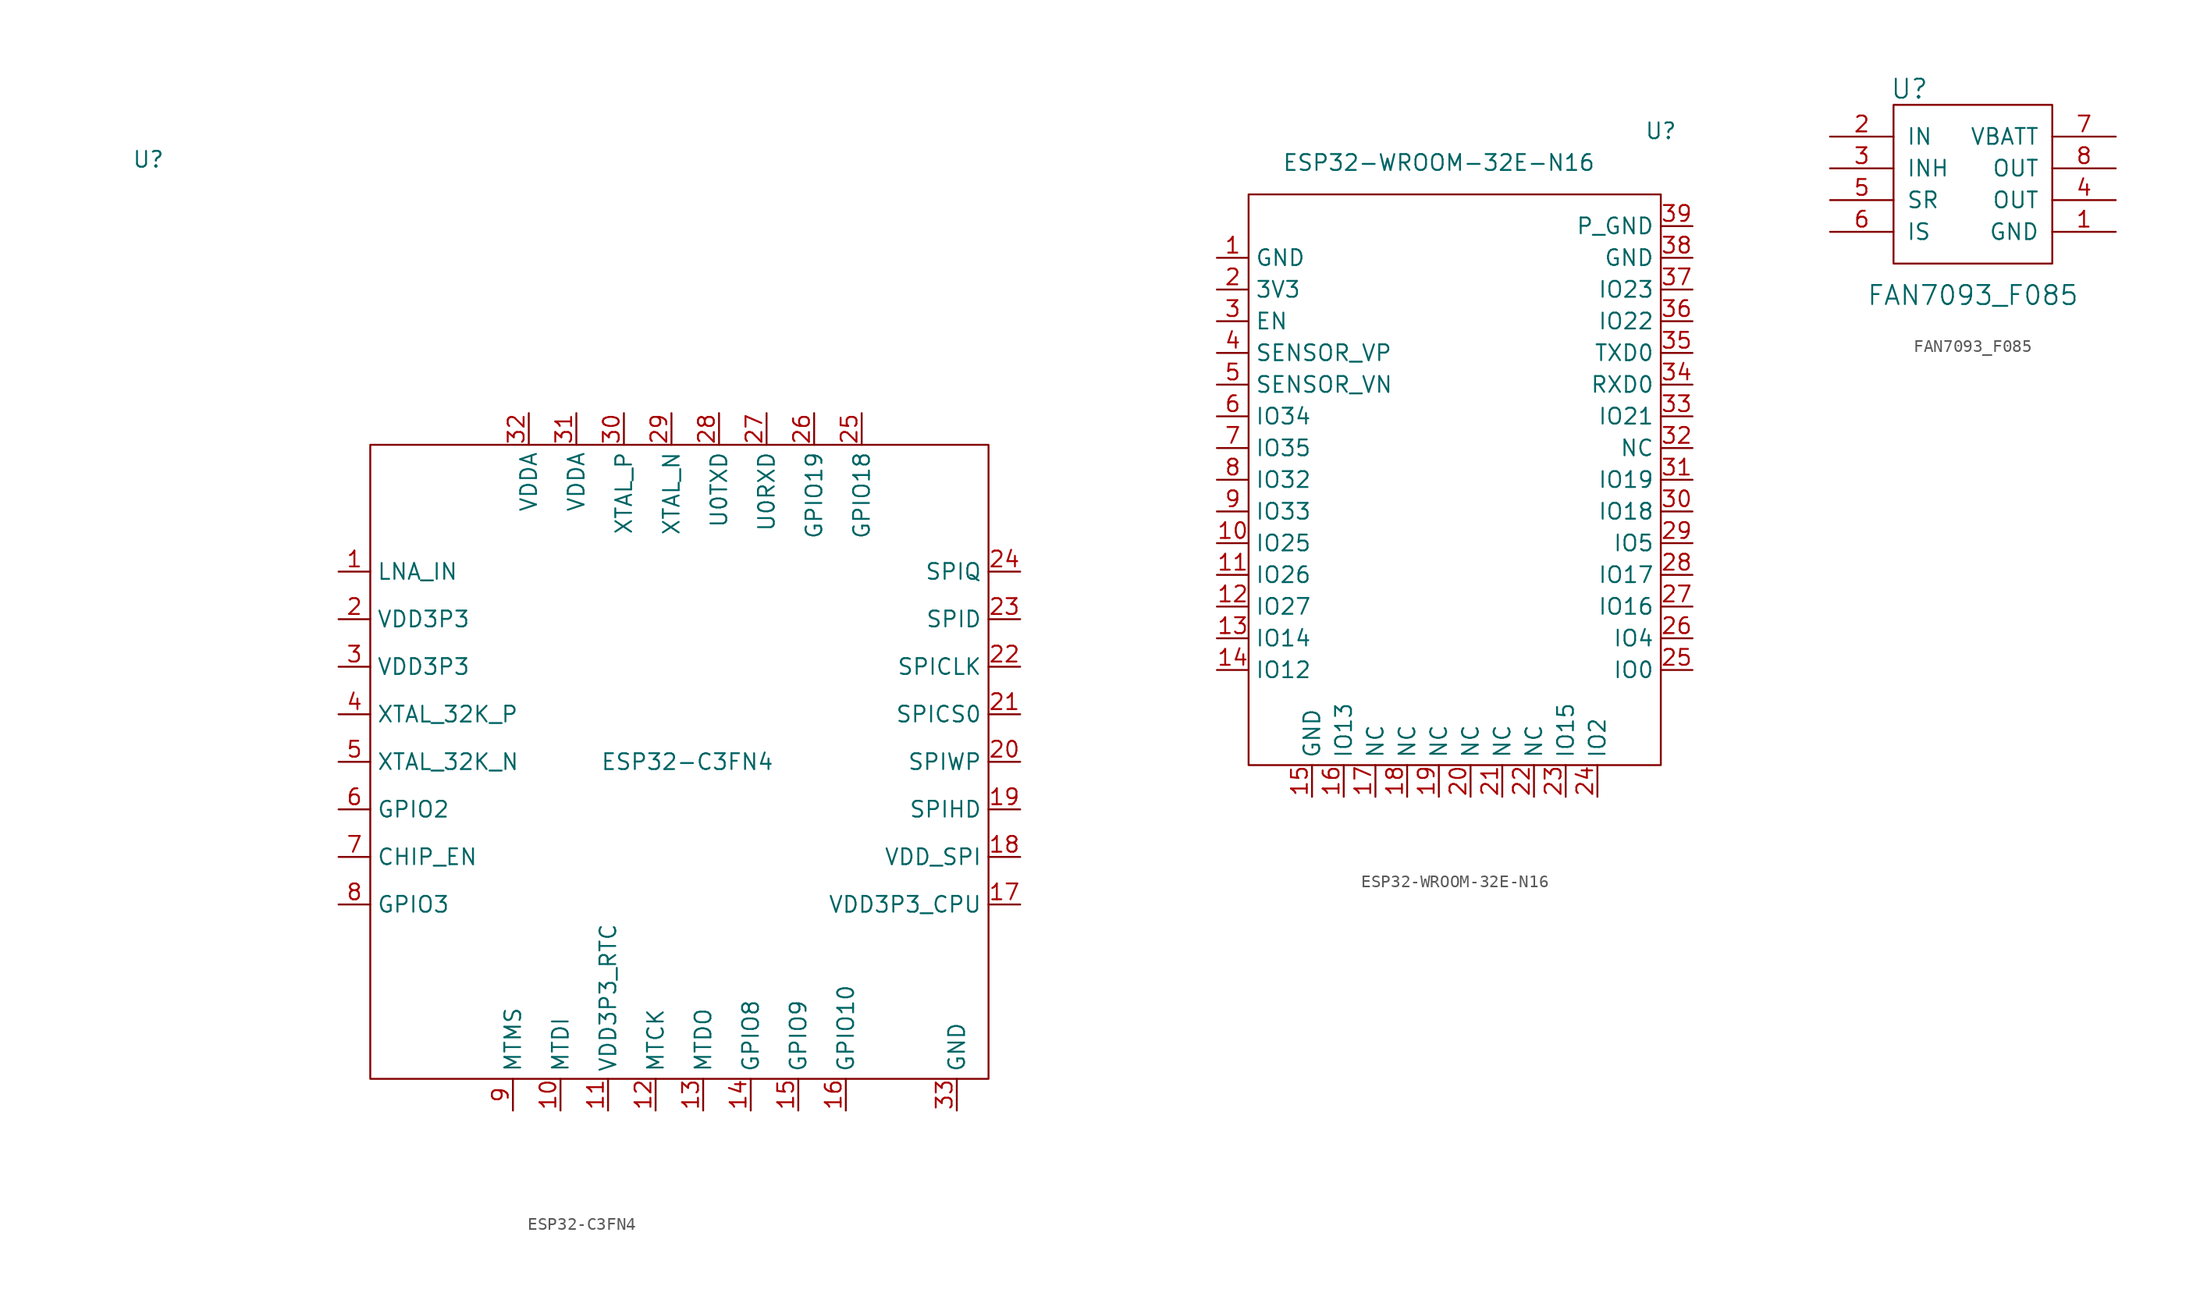
<source format=kicad_sym>
(kicad_symbol_lib
  (version 20231120)
  (generator "kicad_symbol_editor")
  (generator_version "8.0")
  (symbol "ESP32-C3FN4"
    (property "Reference" "U"
      (at -21.59 29.21 0)
      (effects (font (size 1.27 1.27))))
    (property "Value" "ESP32-C3FN4"
      (at 21.59 -19.05 0)
      (effects (font (size 1.27 1.27))))
    (symbol "ESP32-C3FN4_0_1"
      (rectangle (start -3.81 6.35) (end 45.72 -44.45) (stroke (width 0) (type default)) (fill (type none))))
    (symbol "ESP32-C3FN4_1_1"
      (pin input line (at -6.35 -3.81 0) (length 2.54) (name "LNA_IN" (effects (font (size 1.27 1.27)))) (number "1" (effects (font (size 1.27 1.27)))))
      (pin input line (at 11.43 -46.99 90) (length 2.54) (name "MTDI" (effects (font (size 1.27 1.27)))) (number "10" (effects (font (size 1.27 1.27)))))
      (pin input line (at 15.24 -46.99 90) (length 2.54) (name "VDD3P3_RTC" (effects (font (size 1.27 1.27)))) (number "11" (effects (font (size 1.27 1.27)))))
      (pin input line (at 19.05 -46.99 90) (length 2.54) (name "MTCK" (effects (font (size 1.27 1.27)))) (number "12" (effects (font (size 1.27 1.27)))))
      (pin input line (at 22.86 -46.99 90) (length 2.54) (name "MTDO" (effects (font (size 1.27 1.27)))) (number "13" (effects (font (size 1.27 1.27)))))
      (pin input line (at 26.67 -46.99 90) (length 2.54) (name "GPIO8" (effects (font (size 1.27 1.27)))) (number "14" (effects (font (size 1.27 1.27)))))
      (pin input line (at 30.48 -46.99 90) (length 2.54) (name "GPIO9" (effects (font (size 1.27 1.27)))) (number "15" (effects (font (size 1.27 1.27)))))
      (pin input line (at 34.29 -46.99 90) (length 2.54) (name "GPIO10" (effects (font (size 1.27 1.27)))) (number "16" (effects (font (size 1.27 1.27)))))
      (pin input line (at 48.26 -30.48 180) (length 2.54) (name "VDD3P3_CPU" (effects (font (size 1.27 1.27)))) (number "17" (effects (font (size 1.27 1.27)))))
      (pin input line (at 48.26 -26.67 180) (length 2.54) (name "VDD_SPI" (effects (font (size 1.27 1.27)))) (number "18" (effects (font (size 1.27 1.27)))))
      (pin input line (at 48.26 -22.86 180) (length 2.54) (name "SPIHD" (effects (font (size 1.27 1.27)))) (number "19" (effects (font (size 1.27 1.27)))))
      (pin input line (at -6.35 -7.62 0) (length 2.54) (name "VDD3P3" (effects (font (size 1.27 1.27)))) (number "2" (effects (font (size 1.27 1.27)))))
      (pin input line (at 48.26 -19.05 180) (length 2.54) (name "SPIWP" (effects (font (size 1.27 1.27)))) (number "20" (effects (font (size 1.27 1.27)))))
      (pin input line (at 48.26 -15.24 180) (length 2.54) (name "SPICS0" (effects (font (size 1.27 1.27)))) (number "21" (effects (font (size 1.27 1.27)))))
      (pin input line (at 48.26 -11.43 180) (length 2.54) (name "SPICLK" (effects (font (size 1.27 1.27)))) (number "22" (effects (font (size 1.27 1.27)))))
      (pin input line (at 48.26 -7.62 180) (length 2.54) (name "SPID" (effects (font (size 1.27 1.27)))) (number "23" (effects (font (size 1.27 1.27)))))
      (pin input line (at 48.26 -3.81 180) (length 2.54) (name "SPIQ" (effects (font (size 1.27 1.27)))) (number "24" (effects (font (size 1.27 1.27)))))
      (pin input line (at 35.56 8.89 270) (length 2.54) (name "GPIO18" (effects (font (size 1.27 1.27)))) (number "25" (effects (font (size 1.27 1.27)))))
      (pin input line (at 31.75 8.89 270) (length 2.54) (name "GPIO19" (effects (font (size 1.27 1.27)))) (number "26" (effects (font (size 1.27 1.27)))))
      (pin input line (at 27.94 8.89 270) (length 2.54) (name "U0RXD" (effects (font (size 1.27 1.27)))) (number "27" (effects (font (size 1.27 1.27)))))
      (pin input line (at 24.13 8.89 270) (length 2.54) (name "U0TXD" (effects (font (size 1.27 1.27)))) (number "28" (effects (font (size 1.27 1.27)))))
      (pin input line (at 20.32 8.89 270) (length 2.54) (name "XTAL_N" (effects (font (size 1.27 1.27)))) (number "29" (effects (font (size 1.27 1.27)))))
      (pin input line (at -6.35 -11.43 0) (length 2.54) (name "VDD3P3" (effects (font (size 1.27 1.27)))) (number "3" (effects (font (size 1.27 1.27)))))
      (pin input line (at 16.51 8.89 270) (length 2.54) (name "XTAL_P" (effects (font (size 1.27 1.27)))) (number "30" (effects (font (size 1.27 1.27)))))
      (pin input line (at 12.7 8.89 270) (length 2.54) (name "VDDA" (effects (font (size 1.27 1.27)))) (number "31" (effects (font (size 1.27 1.27)))))
      (pin input line (at 8.89 8.89 270) (length 2.54) (name "VDDA" (effects (font (size 1.27 1.27)))) (number "32" (effects (font (size 1.27 1.27)))))
      (pin input line (at 43.18 -46.99 90) (length 2.54) (name "GND" (effects (font (size 1.27 1.27)))) (number "33" (effects (font (size 1.27 1.27)))))
      (pin input line (at -6.35 -15.24 0) (length 2.54) (name "XTAL_32K_P" (effects (font (size 1.27 1.27)))) (number "4" (effects (font (size 1.27 1.27)))))
      (pin input line (at -6.35 -19.05 0) (length 2.54) (name "XTAL_32K_N" (effects (font (size 1.27 1.27)))) (number "5" (effects (font (size 1.27 1.27)))))
      (pin input line (at -6.35 -22.86 0) (length 2.54) (name "GPIO2" (effects (font (size 1.27 1.27)))) (number "6" (effects (font (size 1.27 1.27)))))
      (pin input line (at -6.35 -26.67 0) (length 2.54) (name "CHIP_EN" (effects (font (size 1.27 1.27)))) (number "7" (effects (font (size 1.27 1.27)))))
      (pin input line (at -6.35 -30.48 0) (length 2.54) (name "GPIO3" (effects (font (size 1.27 1.27)))) (number "8" (effects (font (size 1.27 1.27)))))
      (pin input line (at 7.62 -46.99 90) (length 2.54) (name "MTMS" (effects (font (size 1.27 1.27)))) (number "9" (effects (font (size 1.27 1.27)))))))
  (symbol "ESP32-WROOM-32E-N16"
    (property "Reference" "U"
      (at 17.78 25.4 0)
      (effects (font (size 1.27 1.27))))
    (property "Value" "ESP32-WROOM-32E-N16"
      (at 0 22.86 0)
      (effects (font (size 1.27 1.27))))
    (symbol "ESP32-WROOM-32E-N16_0_1"
      (rectangle (start -15.24 20.32) (end 17.78 -25.4) (stroke (width 0) (type default)) (fill (type none))))
    (symbol "ESP32-WROOM-32E-N16_1_1"
      (pin input line (at -17.78 15.24 0) (length 2.54) (name "GND" (effects (font (size 1.27 1.27)))) (number "1" (effects (font (size 1.27 1.27)))))
      (pin input line (at -17.78 -7.62 0) (length 2.54) (name "IO25" (effects (font (size 1.27 1.27)))) (number "10" (effects (font (size 1.27 1.27)))))
      (pin input line (at -17.78 -10.16 0) (length 2.54) (name "IO26" (effects (font (size 1.27 1.27)))) (number "11" (effects (font (size 1.27 1.27)))))
      (pin input line (at -17.78 -12.7 0) (length 2.54) (name "IO27" (effects (font (size 1.27 1.27)))) (number "12" (effects (font (size 1.27 1.27)))))
      (pin input line (at -17.78 -15.24 0) (length 2.54) (name "IO14" (effects (font (size 1.27 1.27)))) (number "13" (effects (font (size 1.27 1.27)))))
      (pin input line (at -17.78 -17.78 0) (length 2.54) (name "IO12" (effects (font (size 1.27 1.27)))) (number "14" (effects (font (size 1.27 1.27)))))
      (pin input line (at -10.16 -27.94 90) (length 2.54) (name "GND" (effects (font (size 1.27 1.27)))) (number "15" (effects (font (size 1.27 1.27)))))
      (pin input line (at -7.62 -27.94 90) (length 2.54) (name "IO13" (effects (font (size 1.27 1.27)))) (number "16" (effects (font (size 1.27 1.27)))))
      (pin input line (at -5.08 -27.94 90) (length 2.54) (name "NC" (effects (font (size 1.27 1.27)))) (number "17" (effects (font (size 1.27 1.27)))))
      (pin input line (at -2.54 -27.94 90) (length 2.54) (name "NC" (effects (font (size 1.27 1.27)))) (number "18" (effects (font (size 1.27 1.27)))))
      (pin input line (at 0 -27.94 90) (length 2.54) (name "NC" (effects (font (size 1.27 1.27)))) (number "19" (effects (font (size 1.27 1.27)))))
      (pin power_in line (at -17.78 12.7 0) (length 2.54) (name "3V3" (effects (font (size 1.27 1.27)))) (number "2" (effects (font (size 1.27 1.27)))))
      (pin input line (at 2.54 -27.94 90) (length 2.54) (name "NC" (effects (font (size 1.27 1.27)))) (number "20" (effects (font (size 1.27 1.27)))))
      (pin input line (at 5.08 -27.94 90) (length 2.54) (name "NC" (effects (font (size 1.27 1.27)))) (number "21" (effects (font (size 1.27 1.27)))))
      (pin input line (at 7.62 -27.94 90) (length 2.54) (name "NC" (effects (font (size 1.27 1.27)))) (number "22" (effects (font (size 1.27 1.27)))))
      (pin input line (at 10.16 -27.94 90) (length 2.54) (name "IO15" (effects (font (size 1.27 1.27)))) (number "23" (effects (font (size 1.27 1.27)))))
      (pin input line (at 12.7 -27.94 90) (length 2.54) (name "IO2" (effects (font (size 1.27 1.27)))) (number "24" (effects (font (size 1.27 1.27)))))
      (pin input line (at 20.32 -17.78 180) (length 2.54) (name "IO0" (effects (font (size 1.27 1.27)))) (number "25" (effects (font (size 1.27 1.27)))))
      (pin input line (at 20.32 -15.24 180) (length 2.54) (name "IO4" (effects (font (size 1.27 1.27)))) (number "26" (effects (font (size 1.27 1.27)))))
      (pin input line (at 20.32 -12.7 180) (length 2.54) (name "IO16" (effects (font (size 1.27 1.27)))) (number "27" (effects (font (size 1.27 1.27)))))
      (pin input line (at 20.32 -10.16 180) (length 2.54) (name "IO17" (effects (font (size 1.27 1.27)))) (number "28" (effects (font (size 1.27 1.27)))))
      (pin input line (at 20.32 -7.62 180) (length 2.54) (name "IO5" (effects (font (size 1.27 1.27)))) (number "29" (effects (font (size 1.27 1.27)))))
      (pin input line (at -17.78 10.16 0) (length 2.54) (name "EN" (effects (font (size 1.27 1.27)))) (number "3" (effects (font (size 1.27 1.27)))))
      (pin input line (at 20.32 -5.08 180) (length 2.54) (name "IO18" (effects (font (size 1.27 1.27)))) (number "30" (effects (font (size 1.27 1.27)))))
      (pin input line (at 20.32 -2.54 180) (length 2.54) (name "IO19" (effects (font (size 1.27 1.27)))) (number "31" (effects (font (size 1.27 1.27)))))
      (pin input line (at 20.32 0 180) (length 2.54) (name "NC" (effects (font (size 1.27 1.27)))) (number "32" (effects (font (size 1.27 1.27)))))
      (pin input line (at 20.32 2.54 180) (length 2.54) (name "IO21" (effects (font (size 1.27 1.27)))) (number "33" (effects (font (size 1.27 1.27)))))
      (pin input line (at 20.32 5.08 180) (length 2.54) (name "RXD0" (effects (font (size 1.27 1.27)))) (number "34" (effects (font (size 1.27 1.27)))))
      (pin input line (at 20.32 7.62 180) (length 2.54) (name "TXD0" (effects (font (size 1.27 1.27)))) (number "35" (effects (font (size 1.27 1.27)))))
      (pin input line (at 20.32 10.16 180) (length 2.54) (name "IO22" (effects (font (size 1.27 1.27)))) (number "36" (effects (font (size 1.27 1.27)))))
      (pin input line (at 20.32 12.7 180) (length 2.54) (name "IO23" (effects (font (size 1.27 1.27)))) (number "37" (effects (font (size 1.27 1.27)))))
      (pin input line (at 20.32 15.24 180) (length 2.54) (name "GND" (effects (font (size 1.27 1.27)))) (number "38" (effects (font (size 1.27 1.27)))))
      (pin input line (at 20.32 17.78 180) (length 2.54) (name "P_GND" (effects (font (size 1.27 1.27)))) (number "39" (effects (font (size 1.27 1.27)))))
      (pin input line (at -17.78 7.62 0) (length 2.54) (name "SENSOR_VP" (effects (font (size 1.27 1.27)))) (number "4" (effects (font (size 1.27 1.27)))))
      (pin input line (at -17.78 5.08 0) (length 2.54) (name "SENSOR_VN" (effects (font (size 1.27 1.27)))) (number "5" (effects (font (size 1.27 1.27)))))
      (pin input line (at -17.78 2.54 0) (length 2.54) (name "IO34" (effects (font (size 1.27 1.27)))) (number "6" (effects (font (size 1.27 1.27)))))
      (pin input line (at -17.78 0 0) (length 2.54) (name "IO35" (effects (font (size 1.27 1.27)))) (number "7" (effects (font (size 1.27 1.27)))))
      (pin input line (at -17.78 -2.54 0) (length 2.54) (name "IO32" (effects (font (size 1.27 1.27)))) (number "8" (effects (font (size 1.27 1.27)))))
      (pin input line (at -17.78 -5.08 0) (length 2.54) (name "IO33" (effects (font (size 1.27 1.27)))) (number "9" (effects (font (size 1.27 1.27)))))))
  (symbol "FAN7093_F085"
    (pin_names
      (offset 1.016))
    (property "Reference" "U"
      (at -5.08 7.62 0)
      (effects (font (size 1.524 1.524))))
    (property "Value" "FAN7093_F085"
      (at 0 -8.89 0)
      (effects (font (size 1.524 1.524))))
    (property "Footprint" ""
      (at -11.43 7.62 0)
      (effects (font (size 1.524 1.524))))
    (property "Datasheet" ""
      (at -11.43 7.62 0)
      (effects (font (size 1.524 1.524))))
    (symbol "FAN7093_F085_0_1"
      (rectangle (start -6.35 6.35) (end 6.35 -6.35) (stroke (width 0) (type default)) (fill (type none))))
    (symbol "FAN7093_F085_1_1"
      (pin input line (at 11.43 -3.81 180) (length 5.08) (name "GND" (effects (font (size 1.27 1.27)))) (number "1" (effects (font (size 1.27 1.27)))))
      (pin input line (at -11.43 3.81 0) (length 5.08) (name "IN" (effects (font (size 1.27 1.27)))) (number "2" (effects (font (size 1.27 1.27)))))
      (pin input line (at -11.43 1.27 0) (length 5.08) (name "INH" (effects (font (size 1.27 1.27)))) (number "3" (effects (font (size 1.27 1.27)))))
      (pin input line (at 11.43 -1.27 180) (length 5.08) (name "OUT" (effects (font (size 1.27 1.27)))) (number "4" (effects (font (size 1.27 1.27)))))
      (pin input line (at -11.43 -1.27 0) (length 5.08) (name "SR" (effects (font (size 1.27 1.27)))) (number "5" (effects (font (size 1.27 1.27)))))
      (pin input line (at -11.43 -3.81 0) (length 5.08) (name "IS" (effects (font (size 1.27 1.27)))) (number "6" (effects (font (size 1.27 1.27)))))
      (pin input line (at 11.43 3.81 180) (length 5.08) (name "VBATT" (effects (font (size 1.27 1.27)))) (number "7" (effects (font (size 1.27 1.27)))))
      (pin input line (at 11.43 1.27 180) (length 5.08) (name "OUT" (effects (font (size 1.27 1.27)))) (number "8" (effects (font (size 1.27 1.27))))))))
</source>
